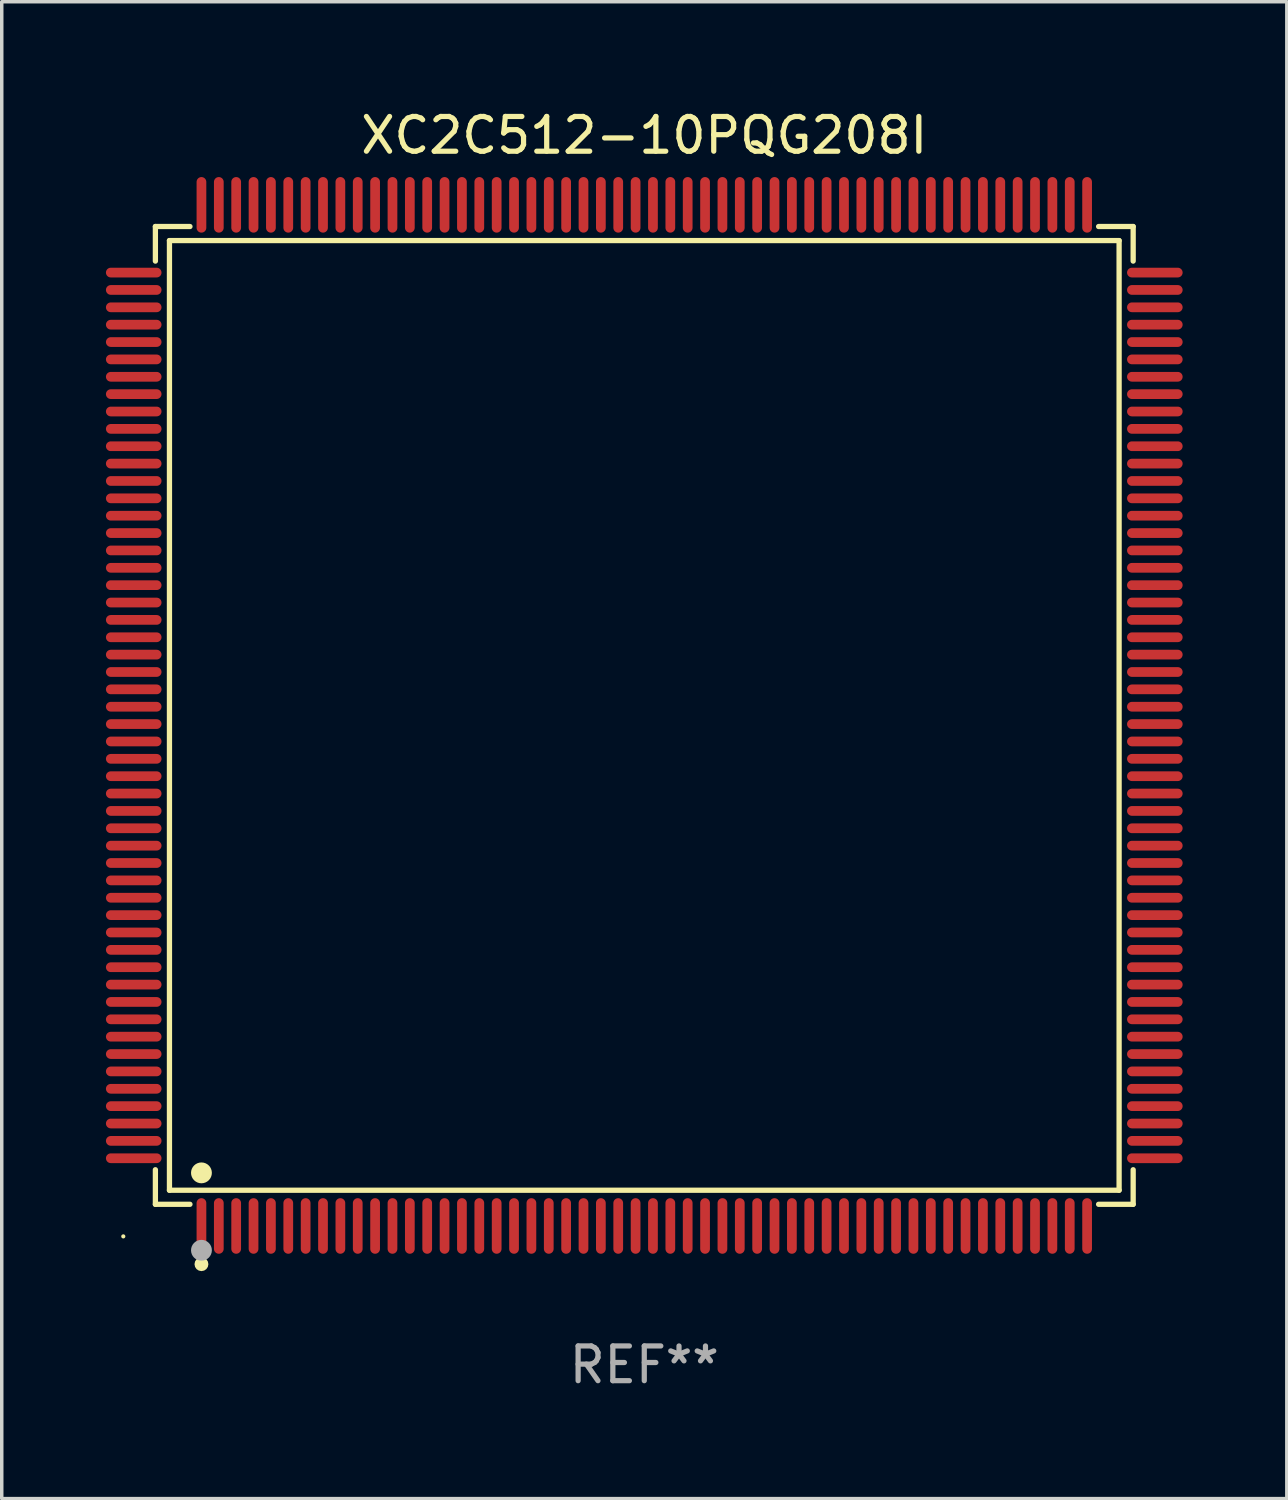
<source format=kicad_pcb>
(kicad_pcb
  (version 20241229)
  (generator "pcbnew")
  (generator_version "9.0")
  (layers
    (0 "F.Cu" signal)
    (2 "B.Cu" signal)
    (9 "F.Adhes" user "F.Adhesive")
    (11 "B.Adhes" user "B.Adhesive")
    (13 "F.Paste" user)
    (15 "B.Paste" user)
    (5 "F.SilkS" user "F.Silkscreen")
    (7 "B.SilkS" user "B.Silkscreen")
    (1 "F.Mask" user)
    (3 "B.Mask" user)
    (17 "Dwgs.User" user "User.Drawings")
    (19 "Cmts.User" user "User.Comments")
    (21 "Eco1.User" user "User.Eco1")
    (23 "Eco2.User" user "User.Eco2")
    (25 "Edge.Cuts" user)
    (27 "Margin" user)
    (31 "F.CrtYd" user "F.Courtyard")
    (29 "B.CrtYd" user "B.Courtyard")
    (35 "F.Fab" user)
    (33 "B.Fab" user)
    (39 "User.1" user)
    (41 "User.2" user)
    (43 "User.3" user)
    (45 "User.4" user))
  (footprint "XC2C512-10PQG208I"
    (layer "F.Cu")
    (at 15.5 17.548)
    (property "Reference" "XC2C512-10PQG208I" (at 0 -16.7 0) (layer "F.SilkS") (effects (font (size 1 1) (thickness 0.15))))
    (attr through_hole)
    (fp_line (start -14.076 -14.076) (end -13.081 -14.076) (stroke (width 0.152) (type solid)) (layer "F.SilkS"))
    (fp_line (start -14.076 -13.081) (end -14.076 -14.076) (stroke (width 0.152) (type solid)) (layer "F.SilkS"))
    (fp_line (start -14.076 13.081) (end -14.076 14.076) (stroke (width 0.152) (type solid)) (layer "F.SilkS"))
    (fp_line (start -14.076 14.076) (end -13.081 14.076) (stroke (width 0.152) (type solid)) (layer "F.SilkS"))
    (fp_line (start -13.671 -13.671) (end 13.671 -13.671) (stroke (width 0.152) (type solid)) (layer "F.SilkS"))
    (fp_line (start -13.671 13.671) (end -13.671 -13.671) (stroke (width 0.152) (type solid)) (layer "F.SilkS"))
    (fp_line (start 13.671 -13.671) (end 13.671 13.671) (stroke (width 0.152) (type solid)) (layer "F.SilkS"))
    (fp_line (start 13.671 13.671) (end -13.671 13.671) (stroke (width 0.152) (type solid)) (layer "F.SilkS"))
    (fp_line (start 14.076 -14.076) (end 13.081 -14.076) (stroke (width 0.152) (type solid)) (layer "F.SilkS"))
    (fp_line (start 14.076 -13.081) (end 14.076 -14.076) (stroke (width 0.152) (type solid)) (layer "F.SilkS"))
    (fp_line (start 14.076 13.081) (end 14.076 14.076) (stroke (width 0.152) (type solid)) (layer "F.SilkS"))
    (fp_line (start 14.076 14.076) (end 13.081 14.076) (stroke (width 0.152) (type solid)) (layer "F.SilkS"))
    (fp_circle (center -15 15) (end -14.97 15) (stroke (width 0.06) (type solid)) (fill no) (layer "F.SilkS"))
    (fp_circle (center -12.75 13.171) (end -12.6 13.171) (stroke (width 0.3) (type solid)) (fill no) (layer "F.SilkS"))
    (fp_circle (center -12.75 15.8) (end -12.65 15.8) (stroke (width 0.2) (type solid)) (fill no) (layer "F.SilkS"))
    (fp_circle (center -12.75 15.4) (end -12.6 15.4) (stroke (width 0.3) (type solid)) (fill no) (layer "F.Fab"))
    (fp_text user "REF**" (at 0 18.7 0) (layer "F.Fab") (effects (font (size 1 1) (thickness 0.15))))
    (pad "1" smd oval (at -12.75 14.7) (size 0.28 1.6) (layers "F.Cu" "F.Mask" "F.Paste"))
    (pad "2" smd oval (at -12.25 14.7) (size 0.28 1.6) (layers "F.Cu" "F.Mask" "F.Paste"))
    (pad "3" smd oval (at -11.75 14.7) (size 0.28 1.6) (layers "F.Cu" "F.Mask" "F.Paste"))
    (pad "4" smd oval (at -11.25 14.7) (size 0.28 1.6) (layers "F.Cu" "F.Mask" "F.Paste"))
    (pad "5" smd oval (at -10.75 14.7) (size 0.28 1.6) (layers "F.Cu" "F.Mask" "F.Paste"))
    (pad "6" smd oval (at -10.25 14.7) (size 0.28 1.6) (layers "F.Cu" "F.Mask" "F.Paste"))
    (pad "7" smd oval (at -9.75 14.7) (size 0.28 1.6) (layers "F.Cu" "F.Mask" "F.Paste"))
    (pad "8" smd oval (at -9.25 14.7) (size 0.28 1.6) (layers "F.Cu" "F.Mask" "F.Paste"))
    (pad "9" smd oval (at -8.75 14.7) (size 0.28 1.6) (layers "F.Cu" "F.Mask" "F.Paste"))
    (pad "10" smd oval (at -8.25 14.7) (size 0.28 1.6) (layers "F.Cu" "F.Mask" "F.Paste"))
    (pad "11" smd oval (at -7.75 14.7) (size 0.28 1.6) (layers "F.Cu" "F.Mask" "F.Paste"))
    (pad "12" smd oval (at -7.25 14.7) (size 0.28 1.6) (layers "F.Cu" "F.Mask" "F.Paste"))
    (pad "13" smd oval (at -6.75 14.7) (size 0.28 1.6) (layers "F.Cu" "F.Mask" "F.Paste"))
    (pad "14" smd oval (at -6.25 14.7) (size 0.28 1.6) (layers "F.Cu" "F.Mask" "F.Paste"))
    (pad "15" smd oval (at -5.75 14.7) (size 0.28 1.6) (layers "F.Cu" "F.Mask" "F.Paste"))
    (pad "16" smd oval (at -5.25 14.7) (size 0.28 1.6) (layers "F.Cu" "F.Mask" "F.Paste"))
    (pad "17" smd oval (at -4.75 14.7) (size 0.28 1.6) (layers "F.Cu" "F.Mask" "F.Paste"))
    (pad "18" smd oval (at -4.25 14.7) (size 0.28 1.6) (layers "F.Cu" "F.Mask" "F.Paste"))
    (pad "19" smd oval (at -3.75 14.7) (size 0.28 1.6) (layers "F.Cu" "F.Mask" "F.Paste"))
    (pad "20" smd oval (at -3.25 14.7) (size 0.28 1.6) (layers "F.Cu" "F.Mask" "F.Paste"))
    (pad "21" smd oval (at -2.75 14.7) (size 0.28 1.6) (layers "F.Cu" "F.Mask" "F.Paste"))
    (pad "22" smd oval (at -2.25 14.7) (size 0.28 1.6) (layers "F.Cu" "F.Mask" "F.Paste"))
    (pad "23" smd oval (at -1.75 14.7) (size 0.28 1.6) (layers "F.Cu" "F.Mask" "F.Paste"))
    (pad "24" smd oval (at -1.25 14.7) (size 0.28 1.6) (layers "F.Cu" "F.Mask" "F.Paste"))
    (pad "25" smd oval (at -0.75 14.7) (size 0.28 1.6) (layers "F.Cu" "F.Mask" "F.Paste"))
    (pad "26" smd oval (at -0.25 14.7) (size 0.28 1.6) (layers "F.Cu" "F.Mask" "F.Paste"))
    (pad "27" smd oval (at 0.25 14.7) (size 0.28 1.6) (layers "F.Cu" "F.Mask" "F.Paste"))
    (pad "28" smd oval (at 0.75 14.7) (size 0.28 1.6) (layers "F.Cu" "F.Mask" "F.Paste"))
    (pad "29" smd oval (at 1.25 14.7) (size 0.28 1.6) (layers "F.Cu" "F.Mask" "F.Paste"))
    (pad "30" smd oval (at 1.75 14.7) (size 0.28 1.6) (layers "F.Cu" "F.Mask" "F.Paste"))
    (pad "31" smd oval (at 2.25 14.7) (size 0.28 1.6) (layers "F.Cu" "F.Mask" "F.Paste"))
    (pad "32" smd oval (at 2.75 14.7) (size 0.28 1.6) (layers "F.Cu" "F.Mask" "F.Paste"))
    (pad "33" smd oval (at 3.25 14.7) (size 0.28 1.6) (layers "F.Cu" "F.Mask" "F.Paste"))
    (pad "34" smd oval (at 3.75 14.7) (size 0.28 1.6) (layers "F.Cu" "F.Mask" "F.Paste"))
    (pad "35" smd oval (at 4.25 14.7) (size 0.28 1.6) (layers "F.Cu" "F.Mask" "F.Paste"))
    (pad "36" smd oval (at 4.75 14.7) (size 0.28 1.6) (layers "F.Cu" "F.Mask" "F.Paste"))
    (pad "37" smd oval (at 5.25 14.7) (size 0.28 1.6) (layers "F.Cu" "F.Mask" "F.Paste"))
    (pad "38" smd oval (at 5.75 14.7) (size 0.28 1.6) (layers "F.Cu" "F.Mask" "F.Paste"))
    (pad "39" smd oval (at 6.25 14.7) (size 0.28 1.6) (layers "F.Cu" "F.Mask" "F.Paste"))
    (pad "40" smd oval (at 6.75 14.7) (size 0.28 1.6) (layers "F.Cu" "F.Mask" "F.Paste"))
    (pad "41" smd oval (at 7.25 14.7) (size 0.28 1.6) (layers "F.Cu" "F.Mask" "F.Paste"))
    (pad "42" smd oval (at 7.75 14.7) (size 0.28 1.6) (layers "F.Cu" "F.Mask" "F.Paste"))
    (pad "43" smd oval (at 8.25 14.7) (size 0.28 1.6) (layers "F.Cu" "F.Mask" "F.Paste"))
    (pad "44" smd oval (at 8.75 14.7) (size 0.28 1.6) (layers "F.Cu" "F.Mask" "F.Paste"))
    (pad "45" smd oval (at 9.25 14.7) (size 0.28 1.6) (layers "F.Cu" "F.Mask" "F.Paste"))
    (pad "46" smd oval (at 9.75 14.7) (size 0.28 1.6) (layers "F.Cu" "F.Mask" "F.Paste"))
    (pad "47" smd oval (at 10.25 14.7) (size 0.28 1.6) (layers "F.Cu" "F.Mask" "F.Paste"))
    (pad "48" smd oval (at 10.75 14.7) (size 0.28 1.6) (layers "F.Cu" "F.Mask" "F.Paste"))
    (pad "49" smd oval (at 11.25 14.7) (size 0.28 1.6) (layers "F.Cu" "F.Mask" "F.Paste"))
    (pad "50" smd oval (at 11.75 14.7) (size 0.28 1.6) (layers "F.Cu" "F.Mask" "F.Paste"))
    (pad "51" smd oval (at 12.25 14.7) (size 0.28 1.6) (layers "F.Cu" "F.Mask" "F.Paste"))
    (pad "52" smd oval (at 12.75 14.7) (size 0.28 1.6) (layers "F.Cu" "F.Mask" "F.Paste"))
    (pad "53" smd oval (at 14.7 12.75) (size 1.6 0.28) (layers "F.Cu" "F.Mask" "F.Paste"))
    (pad "54" smd oval (at 14.7 12.25) (size 1.6 0.28) (layers "F.Cu" "F.Mask" "F.Paste"))
    (pad "55" smd oval (at 14.7 11.75) (size 1.6 0.28) (layers "F.Cu" "F.Mask" "F.Paste"))
    (pad "56" smd oval (at 14.7 11.25) (size 1.6 0.28) (layers "F.Cu" "F.Mask" "F.Paste"))
    (pad "57" smd oval (at 14.7 10.75) (size 1.6 0.28) (layers "F.Cu" "F.Mask" "F.Paste"))
    (pad "58" smd oval (at 14.7 10.25) (size 1.6 0.28) (layers "F.Cu" "F.Mask" "F.Paste"))
    (pad "59" smd oval (at 14.7 9.75) (size 1.6 0.28) (layers "F.Cu" "F.Mask" "F.Paste"))
    (pad "60" smd oval (at 14.7 9.25) (size 1.6 0.28) (layers "F.Cu" "F.Mask" "F.Paste"))
    (pad "61" smd oval (at 14.7 8.75) (size 1.6 0.28) (layers "F.Cu" "F.Mask" "F.Paste"))
    (pad "62" smd oval (at 14.7 8.25) (size 1.6 0.28) (layers "F.Cu" "F.Mask" "F.Paste"))
    (pad "63" smd oval (at 14.7 7.75) (size 1.6 0.28) (layers "F.Cu" "F.Mask" "F.Paste"))
    (pad "64" smd oval (at 14.7 7.25) (size 1.6 0.28) (layers "F.Cu" "F.Mask" "F.Paste"))
    (pad "65" smd oval (at 14.7 6.75) (size 1.6 0.28) (layers "F.Cu" "F.Mask" "F.Paste"))
    (pad "66" smd oval (at 14.7 6.25) (size 1.6 0.28) (layers "F.Cu" "F.Mask" "F.Paste"))
    (pad "67" smd oval (at 14.7 5.75) (size 1.6 0.28) (layers "F.Cu" "F.Mask" "F.Paste"))
    (pad "68" smd oval (at 14.7 5.25) (size 1.6 0.28) (layers "F.Cu" "F.Mask" "F.Paste"))
    (pad "69" smd oval (at 14.7 4.75) (size 1.6 0.28) (layers "F.Cu" "F.Mask" "F.Paste"))
    (pad "70" smd oval (at 14.7 4.25) (size 1.6 0.28) (layers "F.Cu" "F.Mask" "F.Paste"))
    (pad "71" smd oval (at 14.7 3.75) (size 1.6 0.28) (layers "F.Cu" "F.Mask" "F.Paste"))
    (pad "72" smd oval (at 14.7 3.25) (size 1.6 0.28) (layers "F.Cu" "F.Mask" "F.Paste"))
    (pad "73" smd oval (at 14.7 2.75) (size 1.6 0.28) (layers "F.Cu" "F.Mask" "F.Paste"))
    (pad "74" smd oval (at 14.7 2.25) (size 1.6 0.28) (layers "F.Cu" "F.Mask" "F.Paste"))
    (pad "75" smd oval (at 14.7 1.75) (size 1.6 0.28) (layers "F.Cu" "F.Mask" "F.Paste"))
    (pad "76" smd oval (at 14.7 1.25) (size 1.6 0.28) (layers "F.Cu" "F.Mask" "F.Paste"))
    (pad "77" smd oval (at 14.7 0.75) (size 1.6 0.28) (layers "F.Cu" "F.Mask" "F.Paste"))
    (pad "78" smd oval (at 14.7 0.25) (size 1.6 0.28) (layers "F.Cu" "F.Mask" "F.Paste"))
    (pad "79" smd oval (at 14.7 -0.25) (size 1.6 0.28) (layers "F.Cu" "F.Mask" "F.Paste"))
    (pad "80" smd oval (at 14.7 -0.75) (size 1.6 0.28) (layers "F.Cu" "F.Mask" "F.Paste"))
    (pad "81" smd oval (at 14.7 -1.25) (size 1.6 0.28) (layers "F.Cu" "F.Mask" "F.Paste"))
    (pad "82" smd oval (at 14.7 -1.75) (size 1.6 0.28) (layers "F.Cu" "F.Mask" "F.Paste"))
    (pad "83" smd oval (at 14.7 -2.25) (size 1.6 0.28) (layers "F.Cu" "F.Mask" "F.Paste"))
    (pad "84" smd oval (at 14.7 -2.75) (size 1.6 0.28) (layers "F.Cu" "F.Mask" "F.Paste"))
    (pad "85" smd oval (at 14.7 -3.25) (size 1.6 0.28) (layers "F.Cu" "F.Mask" "F.Paste"))
    (pad "86" smd oval (at 14.7 -3.75) (size 1.6 0.28) (layers "F.Cu" "F.Mask" "F.Paste"))
    (pad "87" smd oval (at 14.7 -4.25) (size 1.6 0.28) (layers "F.Cu" "F.Mask" "F.Paste"))
    (pad "88" smd oval (at 14.7 -4.75) (size 1.6 0.28) (layers "F.Cu" "F.Mask" "F.Paste"))
    (pad "89" smd oval (at 14.7 -5.25) (size 1.6 0.28) (layers "F.Cu" "F.Mask" "F.Paste"))
    (pad "90" smd oval (at 14.7 -5.75) (size 1.6 0.28) (layers "F.Cu" "F.Mask" "F.Paste"))
    (pad "91" smd oval (at 14.7 -6.25) (size 1.6 0.28) (layers "F.Cu" "F.Mask" "F.Paste"))
    (pad "92" smd oval (at 14.7 -6.75) (size 1.6 0.28) (layers "F.Cu" "F.Mask" "F.Paste"))
    (pad "93" smd oval (at 14.7 -7.25) (size 1.6 0.28) (layers "F.Cu" "F.Mask" "F.Paste"))
    (pad "94" smd oval (at 14.7 -7.75) (size 1.6 0.28) (layers "F.Cu" "F.Mask" "F.Paste"))
    (pad "95" smd oval (at 14.7 -8.25) (size 1.6 0.28) (layers "F.Cu" "F.Mask" "F.Paste"))
    (pad "96" smd oval (at 14.7 -8.75) (size 1.6 0.28) (layers "F.Cu" "F.Mask" "F.Paste"))
    (pad "97" smd oval (at 14.7 -9.25) (size 1.6 0.28) (layers "F.Cu" "F.Mask" "F.Paste"))
    (pad "98" smd oval (at 14.7 -9.75) (size 1.6 0.28) (layers "F.Cu" "F.Mask" "F.Paste"))
    (pad "99" smd oval (at 14.7 -10.25) (size 1.6 0.28) (layers "F.Cu" "F.Mask" "F.Paste"))
    (pad "100" smd oval (at 14.7 -10.75) (size 1.6 0.28) (layers "F.Cu" "F.Mask" "F.Paste"))
    (pad "101" smd oval (at 14.7 -11.25) (size 1.6 0.28) (layers "F.Cu" "F.Mask" "F.Paste"))
    (pad "102" smd oval (at 14.7 -11.75) (size 1.6 0.28) (layers "F.Cu" "F.Mask" "F.Paste"))
    (pad "103" smd oval (at 14.7 -12.25) (size 1.6 0.28) (layers "F.Cu" "F.Mask" "F.Paste"))
    (pad "104" smd oval (at 14.7 -12.75) (size 1.6 0.28) (layers "F.Cu" "F.Mask" "F.Paste"))
    (pad "105" smd oval (at 12.75 -14.7) (size 0.28 1.6) (layers "F.Cu" "F.Mask" "F.Paste"))
    (pad "106" smd oval (at 12.25 -14.7) (size 0.28 1.6) (layers "F.Cu" "F.Mask" "F.Paste"))
    (pad "107" smd oval (at 11.75 -14.7) (size 0.28 1.6) (layers "F.Cu" "F.Mask" "F.Paste"))
    (pad "108" smd oval (at 11.25 -14.7) (size 0.28 1.6) (layers "F.Cu" "F.Mask" "F.Paste"))
    (pad "109" smd oval (at 10.75 -14.7) (size 0.28 1.6) (layers "F.Cu" "F.Mask" "F.Paste"))
    (pad "110" smd oval (at 10.25 -14.7) (size 0.28 1.6) (layers "F.Cu" "F.Mask" "F.Paste"))
    (pad "111" smd oval (at 9.75 -14.7) (size 0.28 1.6) (layers "F.Cu" "F.Mask" "F.Paste"))
    (pad "112" smd oval (at 9.25 -14.7) (size 0.28 1.6) (layers "F.Cu" "F.Mask" "F.Paste"))
    (pad "113" smd oval (at 8.75 -14.7) (size 0.28 1.6) (layers "F.Cu" "F.Mask" "F.Paste"))
    (pad "114" smd oval (at 8.25 -14.7) (size 0.28 1.6) (layers "F.Cu" "F.Mask" "F.Paste"))
    (pad "115" smd oval (at 7.75 -14.7) (size 0.28 1.6) (layers "F.Cu" "F.Mask" "F.Paste"))
    (pad "116" smd oval (at 7.25 -14.7) (size 0.28 1.6) (layers "F.Cu" "F.Mask" "F.Paste"))
    (pad "117" smd oval (at 6.75 -14.7) (size 0.28 1.6) (layers "F.Cu" "F.Mask" "F.Paste"))
    (pad "118" smd oval (at 6.25 -14.7) (size 0.28 1.6) (layers "F.Cu" "F.Mask" "F.Paste"))
    (pad "119" smd oval (at 5.75 -14.7) (size 0.28 1.6) (layers "F.Cu" "F.Mask" "F.Paste"))
    (pad "120" smd oval (at 5.25 -14.7) (size 0.28 1.6) (layers "F.Cu" "F.Mask" "F.Paste"))
    (pad "121" smd oval (at 4.75 -14.7) (size 0.28 1.6) (layers "F.Cu" "F.Mask" "F.Paste"))
    (pad "122" smd oval (at 4.25 -14.7) (size 0.28 1.6) (layers "F.Cu" "F.Mask" "F.Paste"))
    (pad "123" smd oval (at 3.75 -14.7) (size 0.28 1.6) (layers "F.Cu" "F.Mask" "F.Paste"))
    (pad "124" smd oval (at 3.25 -14.7) (size 0.28 1.6) (layers "F.Cu" "F.Mask" "F.Paste"))
    (pad "125" smd oval (at 2.75 -14.7) (size 0.28 1.6) (layers "F.Cu" "F.Mask" "F.Paste"))
    (pad "126" smd oval (at 2.25 -14.7) (size 0.28 1.6) (layers "F.Cu" "F.Mask" "F.Paste"))
    (pad "127" smd oval (at 1.75 -14.7) (size 0.28 1.6) (layers "F.Cu" "F.Mask" "F.Paste"))
    (pad "128" smd oval (at 1.25 -14.7) (size 0.28 1.6) (layers "F.Cu" "F.Mask" "F.Paste"))
    (pad "129" smd oval (at 0.75 -14.7) (size 0.28 1.6) (layers "F.Cu" "F.Mask" "F.Paste"))
    (pad "130" smd oval (at 0.25 -14.7) (size 0.28 1.6) (layers "F.Cu" "F.Mask" "F.Paste"))
    (pad "131" smd oval (at -0.25 -14.7) (size 0.28 1.6) (layers "F.Cu" "F.Mask" "F.Paste"))
    (pad "132" smd oval (at -0.75 -14.7) (size 0.28 1.6) (layers "F.Cu" "F.Mask" "F.Paste"))
    (pad "133" smd oval (at -1.25 -14.7) (size 0.28 1.6) (layers "F.Cu" "F.Mask" "F.Paste"))
    (pad "134" smd oval (at -1.75 -14.7) (size 0.28 1.6) (layers "F.Cu" "F.Mask" "F.Paste"))
    (pad "135" smd oval (at -2.25 -14.7) (size 0.28 1.6) (layers "F.Cu" "F.Mask" "F.Paste"))
    (pad "136" smd oval (at -2.75 -14.7) (size 0.28 1.6) (layers "F.Cu" "F.Mask" "F.Paste"))
    (pad "137" smd oval (at -3.25 -14.7) (size 0.28 1.6) (layers "F.Cu" "F.Mask" "F.Paste"))
    (pad "138" smd oval (at -3.75 -14.7) (size 0.28 1.6) (layers "F.Cu" "F.Mask" "F.Paste"))
    (pad "139" smd oval (at -4.25 -14.7) (size 0.28 1.6) (layers "F.Cu" "F.Mask" "F.Paste"))
    (pad "140" smd oval (at -4.75 -14.7) (size 0.28 1.6) (layers "F.Cu" "F.Mask" "F.Paste"))
    (pad "141" smd oval (at -5.25 -14.7) (size 0.28 1.6) (layers "F.Cu" "F.Mask" "F.Paste"))
    (pad "142" smd oval (at -5.75 -14.7) (size 0.28 1.6) (layers "F.Cu" "F.Mask" "F.Paste"))
    (pad "143" smd oval (at -6.25 -14.7) (size 0.28 1.6) (layers "F.Cu" "F.Mask" "F.Paste"))
    (pad "144" smd oval (at -6.75 -14.7) (size 0.28 1.6) (layers "F.Cu" "F.Mask" "F.Paste"))
    (pad "145" smd oval (at -7.25 -14.7) (size 0.28 1.6) (layers "F.Cu" "F.Mask" "F.Paste"))
    (pad "146" smd oval (at -7.75 -14.7) (size 0.28 1.6) (layers "F.Cu" "F.Mask" "F.Paste"))
    (pad "147" smd oval (at -8.25 -14.7) (size 0.28 1.6) (layers "F.Cu" "F.Mask" "F.Paste"))
    (pad "148" smd oval (at -8.75 -14.7) (size 0.28 1.6) (layers "F.Cu" "F.Mask" "F.Paste"))
    (pad "149" smd oval (at -9.25 -14.7) (size 0.28 1.6) (layers "F.Cu" "F.Mask" "F.Paste"))
    (pad "150" smd oval (at -9.75 -14.7) (size 0.28 1.6) (layers "F.Cu" "F.Mask" "F.Paste"))
    (pad "151" smd oval (at -10.25 -14.7) (size 0.28 1.6) (layers "F.Cu" "F.Mask" "F.Paste"))
    (pad "152" smd oval (at -10.75 -14.7) (size 0.28 1.6) (layers "F.Cu" "F.Mask" "F.Paste"))
    (pad "153" smd oval (at -11.25 -14.7) (size 0.28 1.6) (layers "F.Cu" "F.Mask" "F.Paste"))
    (pad "154" smd oval (at -11.75 -14.7) (size 0.28 1.6) (layers "F.Cu" "F.Mask" "F.Paste"))
    (pad "155" smd oval (at -12.25 -14.7) (size 0.28 1.6) (layers "F.Cu" "F.Mask" "F.Paste"))
    (pad "156" smd oval (at -12.75 -14.7) (size 0.28 1.6) (layers "F.Cu" "F.Mask" "F.Paste"))
    (pad "157" smd oval (at -14.7 -12.75) (size 1.6 0.28) (layers "F.Cu" "F.Mask" "F.Paste"))
    (pad "158" smd oval (at -14.7 -12.25) (size 1.6 0.28) (layers "F.Cu" "F.Mask" "F.Paste"))
    (pad "159" smd oval (at -14.7 -11.75) (size 1.6 0.28) (layers "F.Cu" "F.Mask" "F.Paste"))
    (pad "160" smd oval (at -14.7 -11.25) (size 1.6 0.28) (layers "F.Cu" "F.Mask" "F.Paste"))
    (pad "161" smd oval (at -14.7 -10.75) (size 1.6 0.28) (layers "F.Cu" "F.Mask" "F.Paste"))
    (pad "162" smd oval (at -14.7 -10.25) (size 1.6 0.28) (layers "F.Cu" "F.Mask" "F.Paste"))
    (pad "163" smd oval (at -14.7 -9.75) (size 1.6 0.28) (layers "F.Cu" "F.Mask" "F.Paste"))
    (pad "164" smd oval (at -14.7 -9.25) (size 1.6 0.28) (layers "F.Cu" "F.Mask" "F.Paste"))
    (pad "165" smd oval (at -14.7 -8.75) (size 1.6 0.28) (layers "F.Cu" "F.Mask" "F.Paste"))
    (pad "166" smd oval (at -14.7 -8.25) (size 1.6 0.28) (layers "F.Cu" "F.Mask" "F.Paste"))
    (pad "167" smd oval (at -14.7 -7.75) (size 1.6 0.28) (layers "F.Cu" "F.Mask" "F.Paste"))
    (pad "168" smd oval (at -14.7 -7.25) (size 1.6 0.28) (layers "F.Cu" "F.Mask" "F.Paste"))
    (pad "169" smd oval (at -14.7 -6.75) (size 1.6 0.28) (layers "F.Cu" "F.Mask" "F.Paste"))
    (pad "170" smd oval (at -14.7 -6.25) (size 1.6 0.28) (layers "F.Cu" "F.Mask" "F.Paste"))
    (pad "171" smd oval (at -14.7 -5.75) (size 1.6 0.28) (layers "F.Cu" "F.Mask" "F.Paste"))
    (pad "172" smd oval (at -14.7 -5.25) (size 1.6 0.28) (layers "F.Cu" "F.Mask" "F.Paste"))
    (pad "173" smd oval (at -14.7 -4.75) (size 1.6 0.28) (layers "F.Cu" "F.Mask" "F.Paste"))
    (pad "174" smd oval (at -14.7 -4.25) (size 1.6 0.28) (layers "F.Cu" "F.Mask" "F.Paste"))
    (pad "175" smd oval (at -14.7 -3.75) (size 1.6 0.28) (layers "F.Cu" "F.Mask" "F.Paste"))
    (pad "176" smd oval (at -14.7 -3.25) (size 1.6 0.28) (layers "F.Cu" "F.Mask" "F.Paste"))
    (pad "177" smd oval (at -14.7 -2.75) (size 1.6 0.28) (layers "F.Cu" "F.Mask" "F.Paste"))
    (pad "178" smd oval (at -14.7 -2.25) (size 1.6 0.28) (layers "F.Cu" "F.Mask" "F.Paste"))
    (pad "179" smd oval (at -14.7 -1.75) (size 1.6 0.28) (layers "F.Cu" "F.Mask" "F.Paste"))
    (pad "180" smd oval (at -14.7 -1.25) (size 1.6 0.28) (layers "F.Cu" "F.Mask" "F.Paste"))
    (pad "181" smd oval (at -14.7 -0.75) (size 1.6 0.28) (layers "F.Cu" "F.Mask" "F.Paste"))
    (pad "182" smd oval (at -14.7 -0.25) (size 1.6 0.28) (layers "F.Cu" "F.Mask" "F.Paste"))
    (pad "183" smd oval (at -14.7 0.25) (size 1.6 0.28) (layers "F.Cu" "F.Mask" "F.Paste"))
    (pad "184" smd oval (at -14.7 0.75) (size 1.6 0.28) (layers "F.Cu" "F.Mask" "F.Paste"))
    (pad "185" smd oval (at -14.7 1.25) (size 1.6 0.28) (layers "F.Cu" "F.Mask" "F.Paste"))
    (pad "186" smd oval (at -14.7 1.75) (size 1.6 0.28) (layers "F.Cu" "F.Mask" "F.Paste"))
    (pad "187" smd oval (at -14.7 2.25) (size 1.6 0.28) (layers "F.Cu" "F.Mask" "F.Paste"))
    (pad "188" smd oval (at -14.7 2.75) (size 1.6 0.28) (layers "F.Cu" "F.Mask" "F.Paste"))
    (pad "189" smd oval (at -14.7 3.25) (size 1.6 0.28) (layers "F.Cu" "F.Mask" "F.Paste"))
    (pad "190" smd oval (at -14.7 3.75) (size 1.6 0.28) (layers "F.Cu" "F.Mask" "F.Paste"))
    (pad "191" smd oval (at -14.7 4.25) (size 1.6 0.28) (layers "F.Cu" "F.Mask" "F.Paste"))
    (pad "192" smd oval (at -14.7 4.75) (size 1.6 0.28) (layers "F.Cu" "F.Mask" "F.Paste"))
    (pad "193" smd oval (at -14.7 5.25) (size 1.6 0.28) (layers "F.Cu" "F.Mask" "F.Paste"))
    (pad "194" smd oval (at -14.7 5.75) (size 1.6 0.28) (layers "F.Cu" "F.Mask" "F.Paste"))
    (pad "195" smd oval (at -14.7 6.25) (size 1.6 0.28) (layers "F.Cu" "F.Mask" "F.Paste"))
    (pad "196" smd oval (at -14.7 6.75) (size 1.6 0.28) (layers "F.Cu" "F.Mask" "F.Paste"))
    (pad "197" smd oval (at -14.7 7.25) (size 1.6 0.28) (layers "F.Cu" "F.Mask" "F.Paste"))
    (pad "198" smd oval (at -14.7 7.75) (size 1.6 0.28) (layers "F.Cu" "F.Mask" "F.Paste"))
    (pad "199" smd oval (at -14.7 8.25) (size 1.6 0.28) (layers "F.Cu" "F.Mask" "F.Paste"))
    (pad "200" smd oval (at -14.7 8.75) (size 1.6 0.28) (layers "F.Cu" "F.Mask" "F.Paste"))
    (pad "201" smd oval (at -14.7 9.25) (size 1.6 0.28) (layers "F.Cu" "F.Mask" "F.Paste"))
    (pad "202" smd oval (at -14.7 9.75) (size 1.6 0.28) (layers "F.Cu" "F.Mask" "F.Paste"))
    (pad "203" smd oval (at -14.7 10.25) (size 1.6 0.28) (layers "F.Cu" "F.Mask" "F.Paste"))
    (pad "204" smd oval (at -14.7 10.75) (size 1.6 0.28) (layers "F.Cu" "F.Mask" "F.Paste"))
    (pad "205" smd oval (at -14.7 11.25) (size 1.6 0.28) (layers "F.Cu" "F.Mask" "F.Paste"))
    (pad "206" smd oval (at -14.7 11.75) (size 1.6 0.28) (layers "F.Cu" "F.Mask" "F.Paste"))
    (pad "207" smd oval (at -14.7 12.25) (size 1.6 0.28) (layers "F.Cu" "F.Mask" "F.Paste"))
    (pad "208" smd oval (at -14.7 12.75) (size 1.6 0.28) (layers "F.Cu" "F.Mask" "F.Paste")))
  (gr_rect
    (start -3 -3)
    (end 34 40.097)
    (stroke (width 0.1) (type default))
    (fill no)
    (layer "Edge.Cuts")))
</source>
